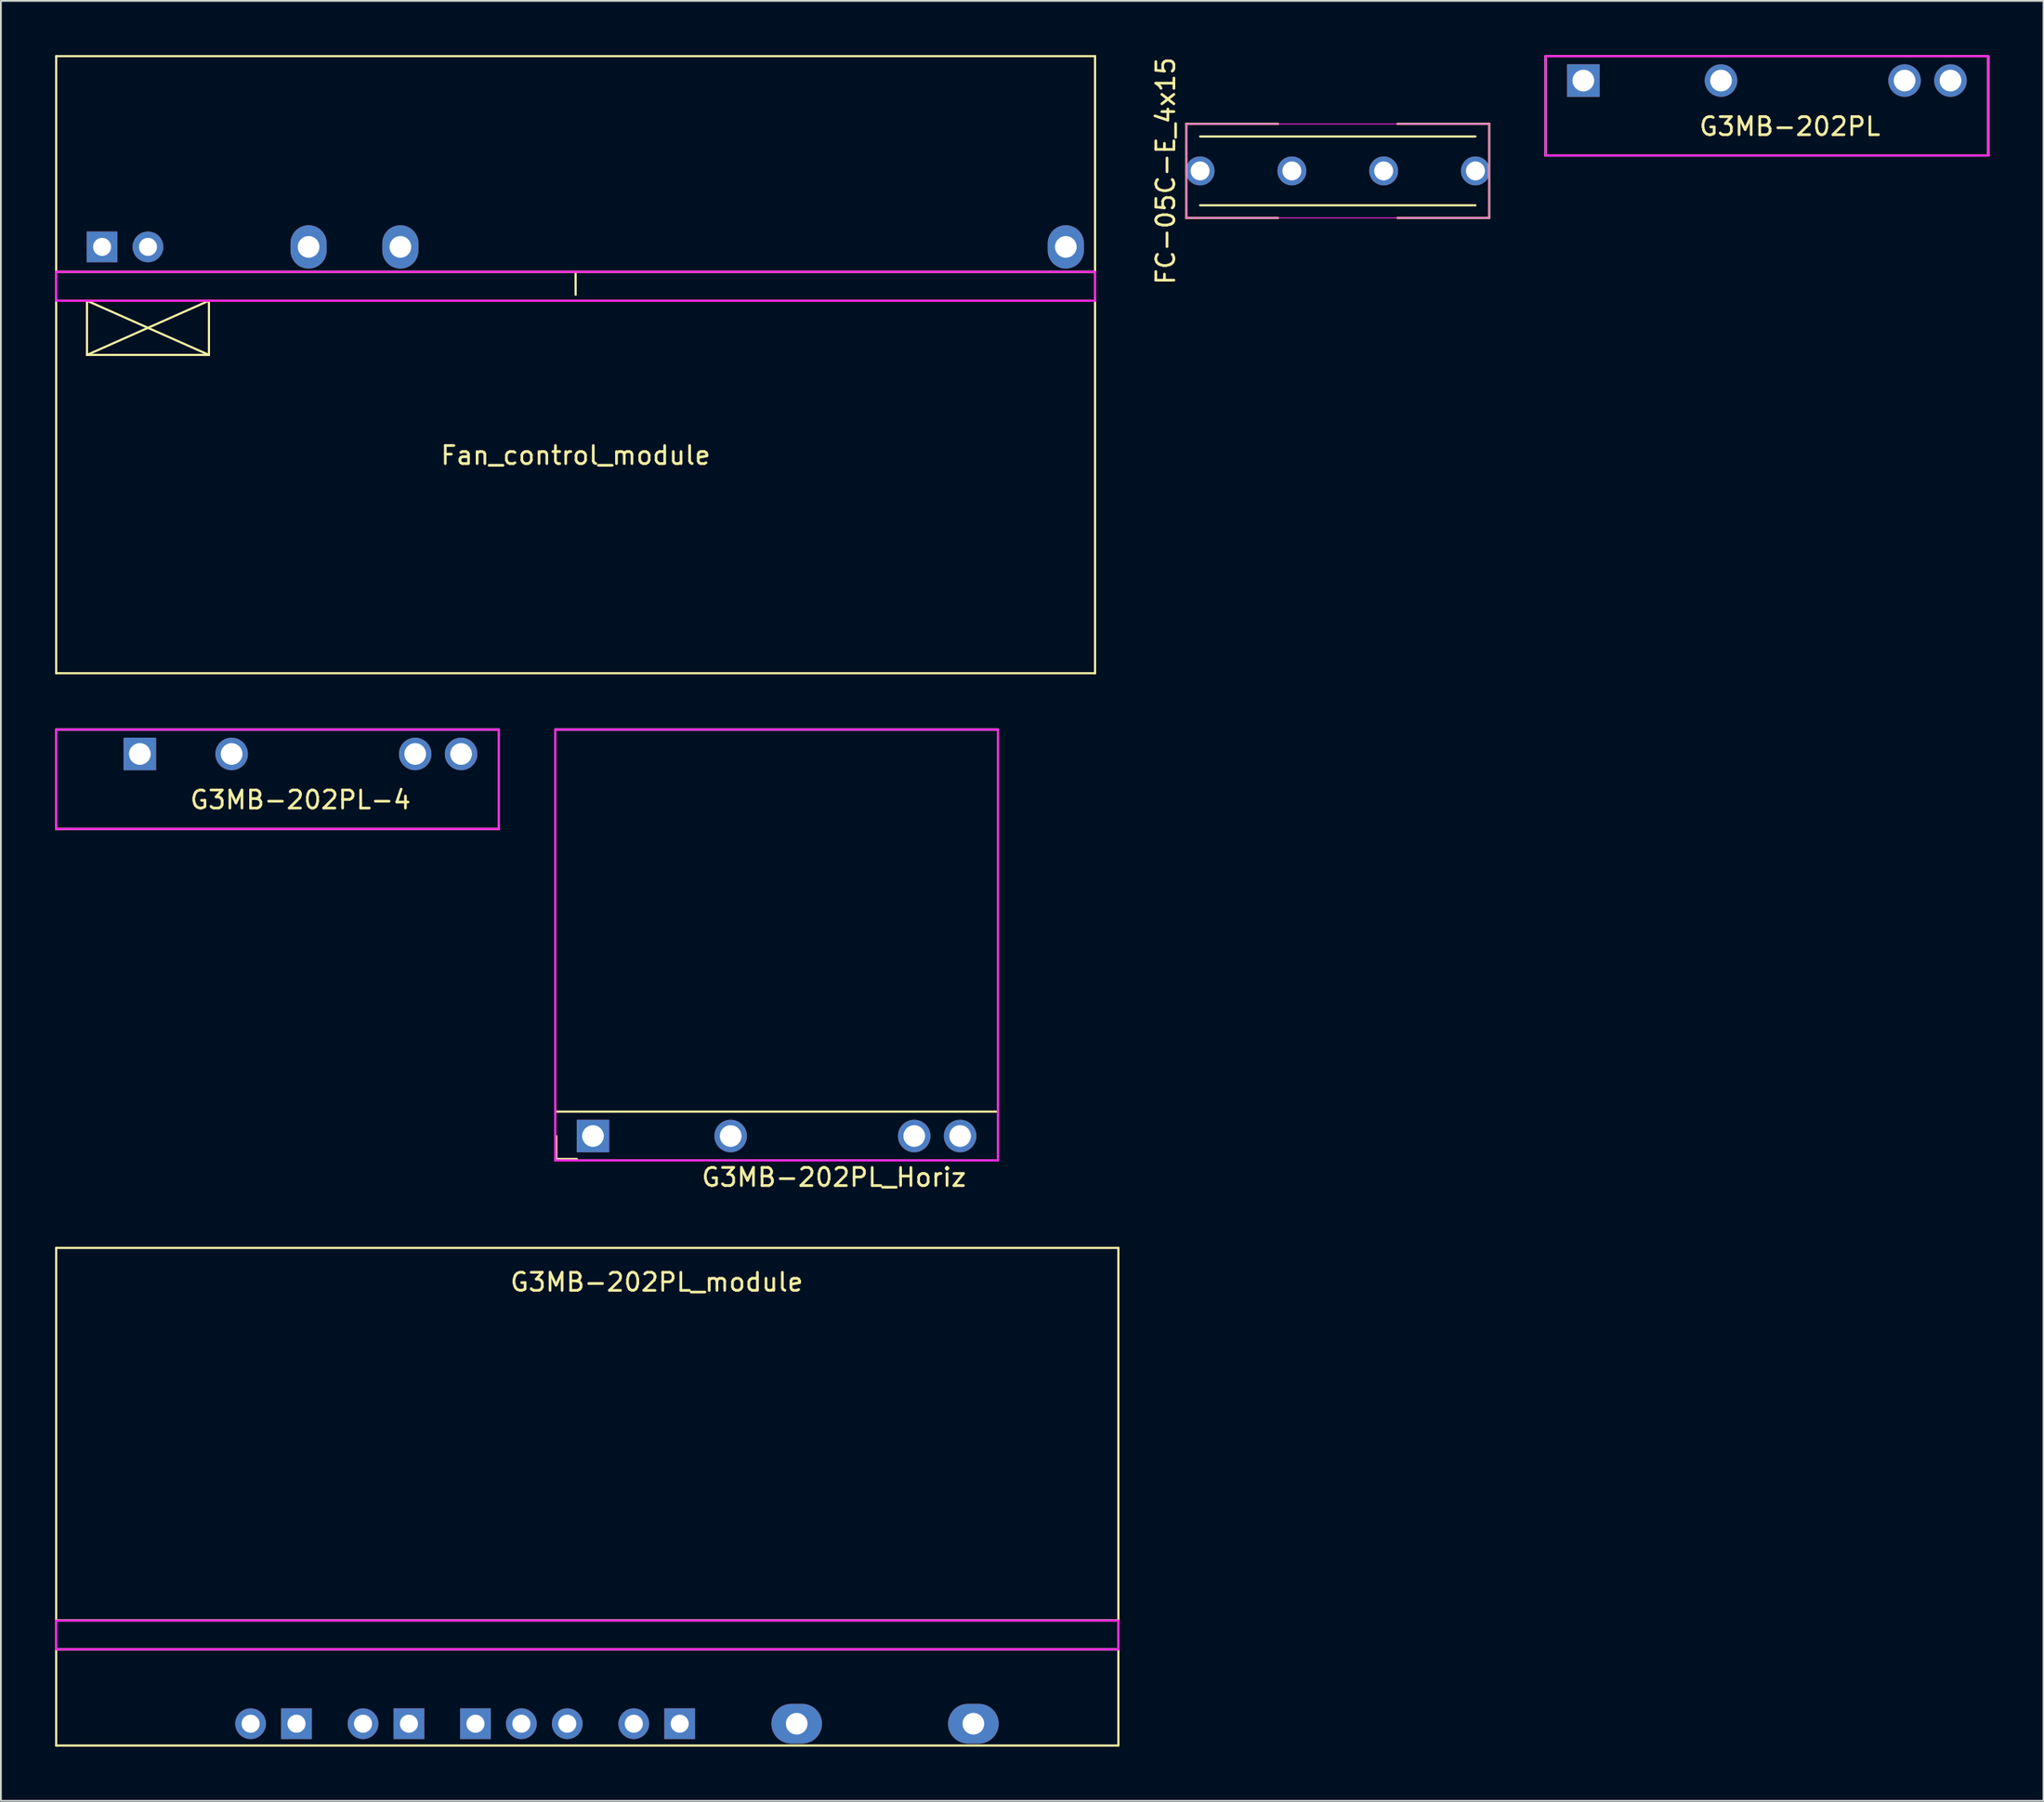
<source format=kicad_pcb>
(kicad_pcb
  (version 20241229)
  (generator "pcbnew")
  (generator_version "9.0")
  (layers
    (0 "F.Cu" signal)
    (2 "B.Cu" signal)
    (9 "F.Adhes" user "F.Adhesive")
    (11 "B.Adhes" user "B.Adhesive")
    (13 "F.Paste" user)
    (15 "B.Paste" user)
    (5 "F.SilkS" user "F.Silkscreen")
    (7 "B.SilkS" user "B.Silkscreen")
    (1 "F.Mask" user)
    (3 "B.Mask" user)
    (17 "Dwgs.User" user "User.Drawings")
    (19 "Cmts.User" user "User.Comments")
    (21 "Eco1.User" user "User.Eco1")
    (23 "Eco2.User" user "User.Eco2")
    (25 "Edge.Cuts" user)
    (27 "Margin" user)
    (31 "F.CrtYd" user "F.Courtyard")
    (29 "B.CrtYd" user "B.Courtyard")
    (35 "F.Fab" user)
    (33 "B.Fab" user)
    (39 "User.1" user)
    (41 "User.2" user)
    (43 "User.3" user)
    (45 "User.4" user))
  (footprint "FC-05C-E_4x15"
    (layer "F.Cu")
    (at 63.373 6.411)
    (property "Reference" "FC-05C-E_4x15" (at -1.905 0 90) (layer "F.SilkS") (effects (font (size 1 1) (thickness 0.15))))
    (attr through_hole)
    (fp_line (start -0.762 -2.603) (end -0.762 2.603) (stroke (width 0.12) (type solid)) (layer "F.SilkS"))
    (fp_line (start -0.762 2.603) (end 4.318 2.603) (stroke (width 0.12) (type solid)) (layer "F.SilkS"))
    (fp_line (start 0 1.905) (end 15.24 1.905) (stroke (width 0.12) (type solid)) (layer "F.SilkS"))
    (fp_line (start 4.318 -2.603) (end -0.762 -2.603) (stroke (width 0.12) (type solid)) (layer "F.SilkS"))
    (fp_line (start 10.922 2.603) (end 16.002 2.603) (stroke (width 0.12) (type solid)) (layer "F.SilkS"))
    (fp_line (start 15.24 -1.905) (end 0 -1.905) (stroke (width 0.12) (type solid)) (layer "F.SilkS"))
    (fp_line (start 16.002 -2.603) (end 10.922 -2.603) (stroke (width 0.12) (type solid)) (layer "F.SilkS"))
    (fp_line (start 16.002 -2.603) (end 16.002 2.603) (stroke (width 0.12) (type solid)) (layer "F.SilkS"))
    (fp_line (start -0.762 -2.6) (end 16.002 -2.6) (stroke (width 0.05) (type solid)) (layer "F.CrtYd"))
    (fp_line (start -0.762 2.6) (end -0.762 -2.6) (stroke (width 0.05) (type solid)) (layer "F.CrtYd"))
    (fp_line (start -0.762 2.6) (end 16.002 2.6) (stroke (width 0.05) (type solid)) (layer "F.CrtYd"))
    (fp_line (start 16.002 -2.6) (end 16.002 2.6) (stroke (width 0.05) (type solid)) (layer "F.CrtYd"))
    (pad "1" thru_hole circle (at 0 0) (size 1.6 1.6) (drill 1.05) (layers "*.Cu" "*.Mask"))
    (pad "1" thru_hole circle (at 5.08 0) (size 1.6 1.6) (drill 1.05) (layers "*.Cu" "*.Mask"))
    (pad "2" thru_hole circle (at 10.16 0) (size 1.6 1.6) (drill 1.05) (layers "*.Cu" "*.Mask"))
    (pad "2" thru_hole circle (at 15.24 0) (size 1.6 1.6) (drill 1.05) (layers "*.Cu" "*.Mask")))
  (footprint "Fan_control_module"
    (layer "F.Cu")
    (at 28.81 11.998)
    (property "Reference" "Fan_control_module" (at 0 10.16 180) (layer "F.SilkS") (effects (font (size 1 1) (thickness 0.15))))
    (attr through_hole)
    (fp_line (start -28.75 -11.938) (end 28.75 -11.938) (stroke (width 0.12) (type solid)) (layer "F.SilkS"))
    (fp_line (start -28.75 0) (end 28.75 0) (stroke (width 0.12) (type solid)) (layer "F.SilkS"))
    (fp_line (start -28.75 1.6) (end 28.75 1.6) (stroke (width 0.12) (type solid)) (layer "F.SilkS"))
    (fp_line (start -28.75 22.22) (end -28.75 -11.938) (stroke (width 0.12) (type solid)) (layer "F.SilkS"))
    (fp_line (start -27.045 1.6) (end -20.295 4.6) (stroke (width 0.12) (type solid)) (layer "F.SilkS"))
    (fp_line (start -27.045 4.6) (end -27.045 1.6) (stroke (width 0.12) (type solid)) (layer "F.SilkS"))
    (fp_line (start -27.045 4.6) (end -20.295 1.6) (stroke (width 0.12) (type solid)) (layer "F.SilkS"))
    (fp_line (start -20.295 4.6) (end -27.045 4.6) (stroke (width 0.12) (type solid)) (layer "F.SilkS"))
    (fp_line (start -20.295 4.6) (end -20.295 1.6) (stroke (width 0.12) (type solid)) (layer "F.SilkS"))
    (fp_line (start 0 0) (end 0 1.27) (stroke (width 0.12) (type solid)) (layer "F.SilkS"))
    (fp_line (start 28.75 -11.938) (end 28.75 22.22) (stroke (width 0.12) (type solid)) (layer "F.SilkS"))
    (fp_line (start 28.75 22.22) (end -28.75 22.22) (stroke (width 0.12) (type solid)) (layer "F.SilkS"))
    (fp_line (start -28.75 0) (end -28.75 1.6) (stroke (width 0.12) (type solid)) (layer "F.CrtYd"))
    (fp_line (start -28.75 1.6) (end 28.75 1.6) (stroke (width 0.12) (type solid)) (layer "F.CrtYd"))
    (fp_line (start 28.75 0) (end -28.75 0) (stroke (width 0.12) (type solid)) (layer "F.CrtYd"))
    (fp_line (start 28.75 1.6) (end 28.75 0.013) (stroke (width 0.12) (type solid)) (layer "F.CrtYd"))
    (pad "1" thru_hole rect (at -26.21 -1.38 180) (size 1.7 1.7) (drill 1) (layers "*.Cu" "*.Mask"))
    (pad "2" thru_hole circle (at -23.67 -1.38 180) (size 1.7 1.7) (drill 1) (layers "*.Cu" "*.Mask"))
    (pad "3" thru_hole oval (at -14.78 -1.38 180) (size 2 2.4) (drill 1.2) (layers "*.Cu" "*.Mask"))
    (pad "4" thru_hole oval (at -9.7 -1.38 180) (size 2 2.4) (drill 1.2) (layers "*.Cu" "*.Mask"))
    (pad "5" thru_hole oval (at 27.13 -1.38 180) (size 2 2.4) (drill 1.2) (layers "*.Cu" "*.Mask")))
  (footprint "G3MB-202PL_Horiz"
    (layer "F.Cu")
    (at 29.77 59.838)
    (property "Reference" "G3MB-202PL_Horiz" (at 13.335 2.286 0) (layer "F.SilkS") (effects (font (size 1 1) (thickness 0.15))))
    (attr through_hole)
    (fp_line (start -2.09 -22.5) (end -2.09 -1.35) (stroke (width 0.12) (type solid)) (layer "F.SilkS"))
    (fp_line (start -2.032 0) (end -2.032 1.27) (stroke (width 0.12) (type solid)) (layer "F.SilkS"))
    (fp_line (start -2.032 1.27) (end -0.889 1.27) (stroke (width 0.12) (type solid)) (layer "F.SilkS"))
    (fp_line (start 22.41 -22.5) (end -2.09 -22.5) (stroke (width 0.12) (type solid)) (layer "F.SilkS"))
    (fp_line (start 22.41 -22.5) (end 22.41 -1.35) (stroke (width 0.12) (type solid)) (layer "F.SilkS"))
    (fp_line (start 22.41 -1.35) (end -2.09 -1.35) (stroke (width 0.12) (type solid)) (layer "F.SilkS"))
    (fp_line (start -2.09 -22.5) (end -2.09 1.35) (stroke (width 0.12) (type solid)) (layer "F.CrtYd"))
    (fp_line (start -2.09 -22.5) (end 22.41 -22.5) (stroke (width 0.12) (type solid)) (layer "F.CrtYd"))
    (fp_line (start 22.41 -22.5) (end 22.41 1.35) (stroke (width 0.12) (type solid)) (layer "F.CrtYd"))
    (fp_line (start 22.41 1.35) (end -2.09 1.35) (stroke (width 0.12) (type solid)) (layer "F.CrtYd"))
    (fp_line (start -2.09 -22.5) (end 22.41 -22.5) (stroke (width 0.12) (type solid)) (layer "F.Fab"))
    (fp_line (start -2.09 1.35) (end -2.09 -22.5) (stroke (width 0.12) (type solid)) (layer "F.Fab"))
    (fp_line (start 22.41 -22.5) (end 22.41 1.35) (stroke (width 0.12) (type solid)) (layer "F.Fab"))
    (fp_line (start 22.41 1.35) (end -2.09 1.35) (stroke (width 0.12) (type solid)) (layer "F.Fab"))
    (pad "1" thru_hole rect (at 0 0) (size 1.8 1.8) (drill 1.2) (layers "*.Cu" "*.Mask"))
    (pad "2" thru_hole circle (at 7.62 0) (size 1.8 1.8) (drill 1.2) (layers "*.Cu" "*.Mask"))
    (pad "3" thru_hole circle (at 17.78 0) (size 1.8 1.8) (drill 1.2) (layers "*.Cu" "*.Mask"))
    (pad "4" thru_hole circle (at 20.32 0) (size 1.8 1.8) (drill 1.2) (layers "*.Cu" "*.Mask")))
  (footprint "G3MB-202PL"
    (layer "F.Cu")
    (at 84.585 1.41)
    (property "Reference" "G3MB-202PL" (at 11.43 2.54 0) (layer "F.SilkS") (effects (font (size 1 1) (thickness 0.15))))
    (attr through_hole)
    (fp_line (start -2.09 -1.35) (end -2.09 4.15) (stroke (width 0.12) (type solid)) (layer "F.SilkS"))
    (fp_line (start 22.41 -1.35) (end -2.09 -1.35) (stroke (width 0.12) (type solid)) (layer "F.SilkS"))
    (fp_line (start 22.41 -1.35) (end 22.41 4.15) (stroke (width 0.12) (type solid)) (layer "F.SilkS"))
    (fp_line (start 22.41 4.15) (end -2.09 4.15) (stroke (width 0.12) (type solid)) (layer "F.SilkS"))
    (fp_line (start -2.09 -1.35) (end -2.09 4.15) (stroke (width 0.12) (type solid)) (layer "F.CrtYd"))
    (fp_line (start -2.09 -1.35) (end 22.41 -1.35) (stroke (width 0.12) (type solid)) (layer "F.CrtYd"))
    (fp_line (start 22.41 -1.35) (end 22.41 4.15) (stroke (width 0.12) (type solid)) (layer "F.CrtYd"))
    (fp_line (start 22.41 4.15) (end -2.09 4.15) (stroke (width 0.12) (type solid)) (layer "F.CrtYd"))
    (fp_line (start -2.09 -1.35) (end 22.41 -1.35) (stroke (width 0.12) (type solid)) (layer "F.Fab"))
    (fp_line (start -2.09 4.15) (end -2.09 -1.35) (stroke (width 0.12) (type solid)) (layer "F.Fab"))
    (fp_line (start 22.41 -1.35) (end 22.41 4.15) (stroke (width 0.12) (type solid)) (layer "F.Fab"))
    (fp_line (start 22.41 4.15) (end -2.09 4.15) (stroke (width 0.12) (type solid)) (layer "F.Fab"))
    (pad "1" thru_hole rect (at 0 0) (size 1.8 1.8) (drill 1.2) (layers "*.Cu" "*.Mask"))
    (pad "2" thru_hole circle (at 7.62 0) (size 1.8 1.8) (drill 1.2) (layers "*.Cu" "*.Mask"))
    (pad "3" thru_hole circle (at 17.78 0) (size 1.8 1.8) (drill 1.2) (layers "*.Cu" "*.Mask"))
    (pad "4" thru_hole circle (at 20.32 0) (size 1.8 1.8) (drill 1.2) (layers "*.Cu" "*.Mask")))
  (footprint "G3MB-202PL-4"
    (layer "F.Cu")
    (at 2.15 38.688)
    (property "Reference" "G3MB-202PL-4" (at 11.43 2.54 0) (layer "F.SilkS") (effects (font (size 1 1) (thickness 0.15))))
    (attr through_hole)
    (fp_line (start -2.09 -1.35) (end -2.09 4.15) (stroke (width 0.12) (type solid)) (layer "F.SilkS"))
    (fp_line (start 22.41 -1.35) (end -2.09 -1.35) (stroke (width 0.12) (type solid)) (layer "F.SilkS"))
    (fp_line (start 22.41 -1.35) (end 22.41 4.15) (stroke (width 0.12) (type solid)) (layer "F.SilkS"))
    (fp_line (start 22.41 4.15) (end -2.09 4.15) (stroke (width 0.12) (type solid)) (layer "F.SilkS"))
    (fp_line (start -2.09 -1.35) (end -2.09 4.15) (stroke (width 0.12) (type solid)) (layer "F.CrtYd"))
    (fp_line (start -2.09 -1.35) (end 22.41 -1.35) (stroke (width 0.12) (type solid)) (layer "F.CrtYd"))
    (fp_line (start 22.41 -1.35) (end 22.41 4.15) (stroke (width 0.12) (type solid)) (layer "F.CrtYd"))
    (fp_line (start 22.41 4.15) (end -2.09 4.15) (stroke (width 0.12) (type solid)) (layer "F.CrtYd"))
    (fp_line (start -2.09 -1.35) (end 22.41 -1.35) (stroke (width 0.12) (type solid)) (layer "F.Fab"))
    (fp_line (start -2.09 4.15) (end -2.09 -1.35) (stroke (width 0.12) (type solid)) (layer "F.Fab"))
    (fp_line (start 22.41 -1.35) (end 22.41 4.15) (stroke (width 0.12) (type solid)) (layer "F.Fab"))
    (fp_line (start 22.41 4.15) (end -2.09 4.15) (stroke (width 0.12) (type solid)) (layer "F.Fab"))
    (pad "1" thru_hole rect (at 2.54 0) (size 1.8 1.8) (drill 1.2) (layers "*.Cu" "*.Mask"))
    (pad "2" thru_hole circle (at 7.62 0) (size 1.8 1.8) (drill 1.2) (layers "*.Cu" "*.Mask"))
    (pad "3" thru_hole circle (at 17.78 0) (size 1.8 1.8) (drill 1.2) (layers "*.Cu" "*.Mask"))
    (pad "4" thru_hole circle (at 20.32 0) (size 1.8 1.8) (drill 1.2) (layers "*.Cu" "*.Mask")))
  (footprint "G3MB-202PL_module"
    (layer "F.Cu")
    (at 10.82 82.532)
    (property "Reference" "G3MB-202PL_module" (at 22.479 -14.605 180) (layer "F.SilkS") (effects (font (size 1 1) (thickness 0.15))))
    (attr through_hole)
    (fp_line (start -10.76 -16.5) (end 48.031 -16.5) (stroke (width 0.12) (type solid)) (layer "F.SilkS"))
    (fp_line (start -10.76 4.12) (end 48.031 4.12) (stroke (width 0.12) (type solid)) (layer "F.SilkS"))
    (fp_line (start -10.76 5.72) (end 48.031 5.72) (stroke (width 0.12) (type solid)) (layer "F.SilkS"))
    (fp_line (start -10.76 11.049) (end -10.76 -16.5) (stroke (width 0.12) (type solid)) (layer "F.SilkS"))
    (fp_line (start 48.031 -16.5) (end 48.031 11.049) (stroke (width 0.12) (type solid)) (layer "F.SilkS"))
    (fp_line (start 48.031 11.049) (end -10.76 11.049) (stroke (width 0.12) (type solid)) (layer "F.SilkS"))
    (fp_line (start -10.76 4.133) (end -10.76 5.72) (stroke (width 0.12) (type solid)) (layer "F.CrtYd"))
    (fp_line (start -10.76 5.72) (end 48.031 5.72) (stroke (width 0.12) (type solid)) (layer "F.CrtYd"))
    (fp_line (start 48.031 4.133) (end -10.76 4.133) (stroke (width 0.12) (type solid)) (layer "F.CrtYd"))
    (fp_line (start 48.031 5.72) (end 48.031 4.133) (stroke (width 0.12) (type solid)) (layer "F.CrtYd"))
    (pad "1" thru_hole circle (at 0 9.84 180) (size 1.7 1.7) (drill 1) (layers "*.Cu" "*.Mask"))
    (pad "2" thru_hole rect (at 2.54 9.84 180) (size 1.7 1.7) (drill 1) (layers "*.Cu" "*.Mask"))
    (pad "3" thru_hole circle (at 6.223 9.84 180) (size 1.7 1.7) (drill 1) (layers "*.Cu" "*.Mask"))
    (pad "4" thru_hole rect (at 8.763 9.84 180) (size 1.7 1.7) (drill 1) (layers "*.Cu" "*.Mask"))
    (pad "5" thru_hole rect (at 12.446 9.84 180) (size 1.7 1.7) (drill 1) (layers "*.Cu" "*.Mask"))
    (pad "6" thru_hole oval (at 14.986 9.84 180) (size 1.7 1.7) (drill 1) (layers "*.Cu" "*.Mask"))
    (pad "7" thru_hole oval (at 17.526 9.84 180) (size 1.7 1.7) (drill 1) (layers "*.Cu" "*.Mask"))
    (pad "8" thru_hole oval (at 21.209 9.84 180) (size 1.7 1.7) (drill 1) (layers "*.Cu" "*.Mask"))
    (pad "9" thru_hole rect (at 23.749 9.84 180) (size 1.7 1.7) (drill 1) (layers "*.Cu" "*.Mask"))
    (pad "10" thru_hole oval (at 30.226 9.84 180) (size 2.8 2.2) (drill 1.2) (layers "*.Cu" "*.Mask"))
    (pad "11" thru_hole oval (at 40.005 9.84 180) (size 2.8 2.2) (drill 1.2) (layers "*.Cu" "*.Mask")))
  (gr_rect
    (start -3 -3)
    (end 110.055 96.641)
    (stroke (width 0.1) (type default))
    (fill no)
    (layer "Edge.Cuts")))
</source>
